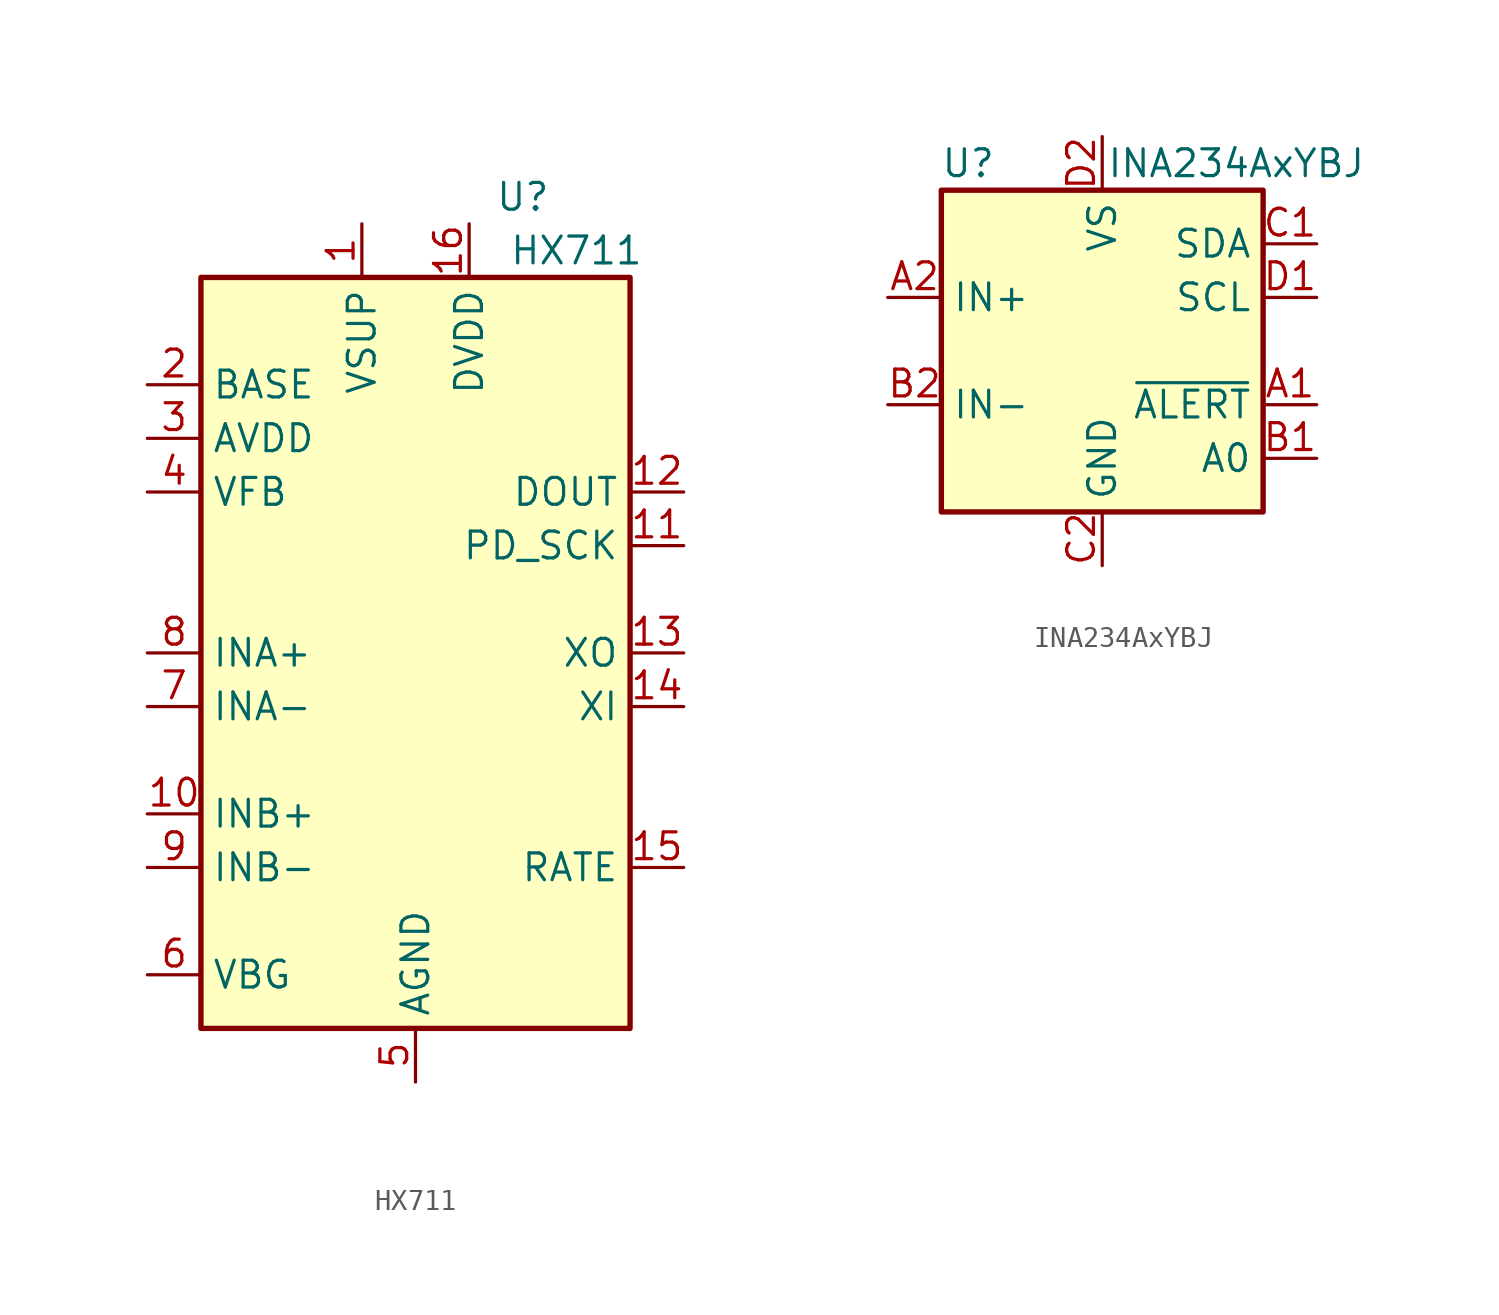
<source format=kicad_sym>
(kicad_symbol_lib
  (version 20211014)
  (generator kicad_symbol_editor)
  (symbol "HX711"
    (property "Reference" "U"
      (at 5.08 21.59 0)
      (effects (font (size 1.27 1.27))))
    (property "Value" "HX711"
      (at 7.62 19.05 0)
      (effects (font (size 1.27 1.27))))
    (symbol "HX711_0_1"
      (rectangle (start -10.16 17.78) (end 10.16 -17.78) (stroke (width 0.254) (type default) (color 0 0 0 0)) (fill (type background))))
    (symbol "HX711_1_1"
      (pin power_in line (at -2.54 20.32 270) (length 2.54) (name "VSUP" (effects (font (size 1.27 1.27)))) (number "1" (effects (font (size 1.27 1.27)))))
      (pin input line (at -12.7 -7.62 0) (length 2.54) (name "INB+" (effects (font (size 1.27 1.27)))) (number "10" (effects (font (size 1.27 1.27)))))
      (pin input line (at 12.7 5.08 180) (length 2.54) (name "PD_SCK" (effects (font (size 1.27 1.27)))) (number "11" (effects (font (size 1.27 1.27)))))
      (pin output line (at 12.7 7.62 180) (length 2.54) (name "DOUT" (effects (font (size 1.27 1.27)))) (number "12" (effects (font (size 1.27 1.27)))))
      (pin passive line (at 12.7 0 180) (length 2.54) (name "XO" (effects (font (size 1.27 1.27)))) (number "13" (effects (font (size 1.27 1.27)))))
      (pin passive line (at 12.7 -2.54 180) (length 2.54) (name "XI" (effects (font (size 1.27 1.27)))) (number "14" (effects (font (size 1.27 1.27)))))
      (pin input line (at 12.7 -10.16 180) (length 2.54) (name "RATE" (effects (font (size 1.27 1.27)))) (number "15" (effects (font (size 1.27 1.27)))))
      (pin power_in line (at 2.54 20.32 270) (length 2.54) (name "DVDD" (effects (font (size 1.27 1.27)))) (number "16" (effects (font (size 1.27 1.27)))))
      (pin passive line (at -12.7 12.7 0) (length 2.54) (name "BASE" (effects (font (size 1.27 1.27)))) (number "2" (effects (font (size 1.27 1.27)))))
      (pin power_in line (at -12.7 10.16 0) (length 2.54) (name "AVDD" (effects (font (size 1.27 1.27)))) (number "3" (effects (font (size 1.27 1.27)))))
      (pin input line (at -12.7 7.62 0) (length 2.54) (name "VFB" (effects (font (size 1.27 1.27)))) (number "4" (effects (font (size 1.27 1.27)))))
      (pin power_in line (at 0 -20.32 90) (length 2.54) (name "AGND" (effects (font (size 1.27 1.27)))) (number "5" (effects (font (size 1.27 1.27)))))
      (pin passive line (at -12.7 -15.24 0) (length 2.54) (name "VBG" (effects (font (size 1.27 1.27)))) (number "6" (effects (font (size 1.27 1.27)))))
      (pin input line (at -12.7 -2.54 0) (length 2.54) (name "INA-" (effects (font (size 1.27 1.27)))) (number "7" (effects (font (size 1.27 1.27)))))
      (pin input line (at -12.7 0 0) (length 2.54) (name "INA+" (effects (font (size 1.27 1.27)))) (number "8" (effects (font (size 1.27 1.27)))))
      (pin input line (at -12.7 -10.16 0) (length 2.54) (name "INB-" (effects (font (size 1.27 1.27)))) (number "9" (effects (font (size 1.27 1.27)))))))
  (symbol "INA234AxYBJ"
    (property "Reference" "U"
      (at -6.35 8.89 0)
      (effects (font (size 1.27 1.27))))
    (property "Value" "INA234AxYBJ"
      (at 6.35 8.89 0)
      (effects (font (size 1.27 1.27))))
    (symbol "INA234AxYBJ_0_1"
      (rectangle (start -7.62 7.62) (end 7.62 -7.62) (stroke (width 0.254) (type default) (color 0 0 0 0)) (fill (type background))))
    (symbol "INA234AxYBJ_1_1"
      (pin open_collector line (at 10.16 -2.54 180) (length 2.54) (name "~{ALERT}" (effects (font (size 1.27 1.27)))) (number "A1" (effects (font (size 1.27 1.27)))) (alternate "ALERT" open_collector line))
      (pin input line (at -10.16 2.54 0) (length 2.54) (name "IN+" (effects (font (size 1.27 1.27)))) (number "A2" (effects (font (size 1.27 1.27)))))
      (pin input line (at 10.16 -5.08 180) (length 2.54) (name "A0" (effects (font (size 1.27 1.27)))) (number "B1" (effects (font (size 1.27 1.27)))))
      (pin input line (at -10.16 -2.54 0) (length 2.54) (name "IN-" (effects (font (size 1.27 1.27)))) (number "B2" (effects (font (size 1.27 1.27)))))
      (pin bidirectional line (at 10.16 5.08 180) (length 2.54) (name "SDA" (effects (font (size 1.27 1.27)))) (number "C1" (effects (font (size 1.27 1.27)))))
      (pin power_in line (at 0 -10.16 90) (length 2.54) (name "GND" (effects (font (size 1.27 1.27)))) (number "C2" (effects (font (size 1.27 1.27)))))
      (pin input line (at 10.16 2.54 180) (length 2.54) (name "SCL" (effects (font (size 1.27 1.27)))) (number "D1" (effects (font (size 1.27 1.27)))))
      (pin power_in line (at 0 10.16 270) (length 2.54) (name "VS" (effects (font (size 1.27 1.27)))) (number "D2" (effects (font (size 1.27 1.27))))))))
</source>
